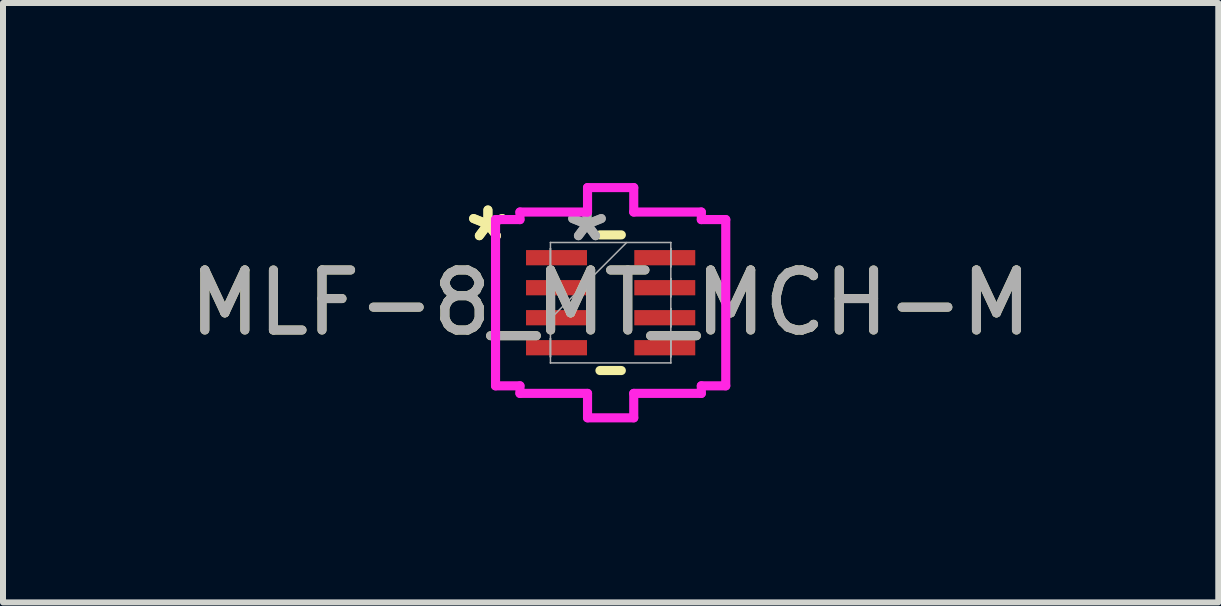
<source format=kicad_pcb>
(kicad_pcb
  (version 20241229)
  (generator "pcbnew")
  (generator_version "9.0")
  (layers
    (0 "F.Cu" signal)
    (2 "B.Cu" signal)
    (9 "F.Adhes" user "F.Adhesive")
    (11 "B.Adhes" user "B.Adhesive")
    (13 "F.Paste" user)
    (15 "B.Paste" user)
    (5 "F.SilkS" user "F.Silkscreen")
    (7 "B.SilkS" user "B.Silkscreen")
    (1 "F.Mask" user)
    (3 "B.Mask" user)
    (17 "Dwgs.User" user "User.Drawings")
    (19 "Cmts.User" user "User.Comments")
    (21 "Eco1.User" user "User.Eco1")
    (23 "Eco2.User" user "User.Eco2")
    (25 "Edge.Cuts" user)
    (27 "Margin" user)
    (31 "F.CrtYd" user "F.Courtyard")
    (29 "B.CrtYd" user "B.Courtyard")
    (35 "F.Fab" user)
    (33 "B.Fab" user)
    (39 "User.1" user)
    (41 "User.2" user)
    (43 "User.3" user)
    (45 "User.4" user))
  (footprint "MLF-8_MT_MCH-M"
    (layer "F.Cu")
    (at 7.125 1.994)
    (property "Reference" "MLF-8_MT_MCH-M" (at 0 0 0) (unlocked yes) (layer "F.SilkS") (effects (font (size 1 1) (thickness 0.15))))
    (attr smd)
    (fp_line (start -0.178 1.13) (end 0.178 1.13) (stroke (width 0.152) (type solid)) (layer "F.SilkS"))
    (fp_line (start 0.178 -1.13) (end -0.178 -1.13) (stroke (width 0.152) (type solid)) (layer "F.SilkS"))
    (fp_line (start -1.918 -1.385) (end -1.511 -1.385) (stroke (width 0.152) (type solid)) (layer "F.CrtYd"))
    (fp_line (start -1.918 1.385) (end -1.918 -1.385) (stroke (width 0.152) (type solid)) (layer "F.CrtYd"))
    (fp_line (start -1.511 -1.511) (end -0.385 -1.511) (stroke (width 0.152) (type solid)) (layer "F.CrtYd"))
    (fp_line (start -1.511 -1.385) (end -1.511 -1.511) (stroke (width 0.152) (type solid)) (layer "F.CrtYd"))
    (fp_line (start -1.511 1.385) (end -1.918 1.385) (stroke (width 0.152) (type solid)) (layer "F.CrtYd"))
    (fp_line (start -1.511 1.511) (end -1.511 1.385) (stroke (width 0.152) (type solid)) (layer "F.CrtYd"))
    (fp_line (start -0.385 -1.918) (end 0.385 -1.918) (stroke (width 0.152) (type solid)) (layer "F.CrtYd"))
    (fp_line (start -0.385 -1.511) (end -0.385 -1.918) (stroke (width 0.152) (type solid)) (layer "F.CrtYd"))
    (fp_line (start -0.385 1.511) (end -1.511 1.511) (stroke (width 0.152) (type solid)) (layer "F.CrtYd"))
    (fp_line (start -0.385 1.918) (end -0.385 1.511) (stroke (width 0.152) (type solid)) (layer "F.CrtYd"))
    (fp_line (start 0.385 -1.918) (end 0.385 -1.511) (stroke (width 0.152) (type solid)) (layer "F.CrtYd"))
    (fp_line (start 0.385 -1.511) (end 1.511 -1.511) (stroke (width 0.152) (type solid)) (layer "F.CrtYd"))
    (fp_line (start 0.385 1.511) (end 0.385 1.918) (stroke (width 0.152) (type solid)) (layer "F.CrtYd"))
    (fp_line (start 0.385 1.918) (end -0.385 1.918) (stroke (width 0.152) (type solid)) (layer "F.CrtYd"))
    (fp_line (start 1.511 -1.511) (end 1.511 -1.385) (stroke (width 0.152) (type solid)) (layer "F.CrtYd"))
    (fp_line (start 1.511 -1.385) (end 1.918 -1.385) (stroke (width 0.152) (type solid)) (layer "F.CrtYd"))
    (fp_line (start 1.511 1.385) (end 1.511 1.511) (stroke (width 0.152) (type solid)) (layer "F.CrtYd"))
    (fp_line (start 1.511 1.511) (end 0.385 1.511) (stroke (width 0.152) (type solid)) (layer "F.CrtYd"))
    (fp_line (start 1.918 -1.385) (end 1.918 1.385) (stroke (width 0.152) (type solid)) (layer "F.CrtYd"))
    (fp_line (start 1.918 1.385) (end 1.511 1.385) (stroke (width 0.152) (type solid)) (layer "F.CrtYd"))
    (fp_line (start -1.003 -1.003) (end -1.003 -1.003) (stroke (width 0.025) (type solid)) (layer "F.Fab"))
    (fp_line (start -1.003 -1.003) (end -1.003 1.003) (stroke (width 0.025) (type solid)) (layer "F.Fab"))
    (fp_line (start -1.003 -0.902) (end -1.003 -0.902) (stroke (width 0.025) (type solid)) (layer "F.Fab"))
    (fp_line (start -1.003 -0.902) (end -1.003 -0.598) (stroke (width 0.025) (type solid)) (layer "F.Fab"))
    (fp_line (start -1.003 -0.598) (end -1.003 -0.902) (stroke (width 0.025) (type solid)) (layer "F.Fab"))
    (fp_line (start -1.003 -0.598) (end -1.003 -0.598) (stroke (width 0.025) (type solid)) (layer "F.Fab"))
    (fp_line (start -1.003 -0.402) (end -1.003 -0.402) (stroke (width 0.025) (type solid)) (layer "F.Fab"))
    (fp_line (start -1.003 -0.402) (end -1.003 -0.098) (stroke (width 0.025) (type solid)) (layer "F.Fab"))
    (fp_line (start -1.003 -0.098) (end -1.003 -0.402) (stroke (width 0.025) (type solid)) (layer "F.Fab"))
    (fp_line (start -1.003 -0.098) (end -1.003 -0.098) (stroke (width 0.025) (type solid)) (layer "F.Fab"))
    (fp_line (start -1.003 0.098) (end -1.003 0.098) (stroke (width 0.025) (type solid)) (layer "F.Fab"))
    (fp_line (start -1.003 0.098) (end -1.003 0.402) (stroke (width 0.025) (type solid)) (layer "F.Fab"))
    (fp_line (start -1.003 0.267) (end 0.267 -1.003) (stroke (width 0.025) (type solid)) (layer "F.Fab"))
    (fp_line (start -1.003 0.402) (end -1.003 0.098) (stroke (width 0.025) (type solid)) (layer "F.Fab"))
    (fp_line (start -1.003 0.402) (end -1.003 0.402) (stroke (width 0.025) (type solid)) (layer "F.Fab"))
    (fp_line (start -1.003 0.598) (end -1.003 0.598) (stroke (width 0.025) (type solid)) (layer "F.Fab"))
    (fp_line (start -1.003 0.598) (end -1.003 0.902) (stroke (width 0.025) (type solid)) (layer "F.Fab"))
    (fp_line (start -1.003 0.902) (end -1.003 0.598) (stroke (width 0.025) (type solid)) (layer "F.Fab"))
    (fp_line (start -1.003 0.902) (end -1.003 0.902) (stroke (width 0.025) (type solid)) (layer "F.Fab"))
    (fp_line (start -1.003 1.003) (end -1.003 1.003) (stroke (width 0.025) (type solid)) (layer "F.Fab"))
    (fp_line (start -1.003 1.003) (end 1.003 1.003) (stroke (width 0.025) (type solid)) (layer "F.Fab"))
    (fp_line (start 1.003 -1.003) (end -1.003 -1.003) (stroke (width 0.025) (type solid)) (layer "F.Fab"))
    (fp_line (start 1.003 -1.003) (end 1.003 -1.003) (stroke (width 0.025) (type solid)) (layer "F.Fab"))
    (fp_line (start 1.003 -0.902) (end 1.003 -0.902) (stroke (width 0.025) (type solid)) (layer "F.Fab"))
    (fp_line (start 1.003 -0.902) (end 1.003 -0.598) (stroke (width 0.025) (type solid)) (layer "F.Fab"))
    (fp_line (start 1.003 -0.598) (end 1.003 -0.902) (stroke (width 0.025) (type solid)) (layer "F.Fab"))
    (fp_line (start 1.003 -0.598) (end 1.003 -0.598) (stroke (width 0.025) (type solid)) (layer "F.Fab"))
    (fp_line (start 1.003 -0.402) (end 1.003 -0.402) (stroke (width 0.025) (type solid)) (layer "F.Fab"))
    (fp_line (start 1.003 -0.402) (end 1.003 -0.098) (stroke (width 0.025) (type solid)) (layer "F.Fab"))
    (fp_line (start 1.003 -0.098) (end 1.003 -0.402) (stroke (width 0.025) (type solid)) (layer "F.Fab"))
    (fp_line (start 1.003 -0.098) (end 1.003 -0.098) (stroke (width 0.025) (type solid)) (layer "F.Fab"))
    (fp_line (start 1.003 0.098) (end 1.003 0.098) (stroke (width 0.025) (type solid)) (layer "F.Fab"))
    (fp_line (start 1.003 0.098) (end 1.003 0.402) (stroke (width 0.025) (type solid)) (layer "F.Fab"))
    (fp_line (start 1.003 0.402) (end 1.003 0.098) (stroke (width 0.025) (type solid)) (layer "F.Fab"))
    (fp_line (start 1.003 0.402) (end 1.003 0.402) (stroke (width 0.025) (type solid)) (layer "F.Fab"))
    (fp_line (start 1.003 0.598) (end 1.003 0.598) (stroke (width 0.025) (type solid)) (layer "F.Fab"))
    (fp_line (start 1.003 0.598) (end 1.003 0.902) (stroke (width 0.025) (type solid)) (layer "F.Fab"))
    (fp_line (start 1.003 0.902) (end 1.003 0.598) (stroke (width 0.025) (type solid)) (layer "F.Fab"))
    (fp_line (start 1.003 0.902) (end 1.003 0.902) (stroke (width 0.025) (type solid)) (layer "F.Fab"))
    (fp_line (start 1.003 1.003) (end 1.003 -1.003) (stroke (width 0.025) (type solid)) (layer "F.Fab"))
    (fp_line (start 1.003 1.003) (end 1.003 1.003) (stroke (width 0.025) (type solid)) (layer "F.Fab"))
    (fp_text user "*" (at -2.045 -1 0) (layer "F.SilkS") (effects (font (size 1 1) (thickness 0.15))))
    (fp_text user "*" (at -2.045 -1 0) (unlocked yes) (layer "F.SilkS") (effects (font (size 1 1) (thickness 0.15))))
    (fp_text user "*" (at -0.394 -1 0) (unlocked yes) (layer "F.Fab") (effects (font (size 1 1) (thickness 0.15))))
    (fp_text user "${REFERENCE}" (at 0 0 0) (unlocked yes) (layer "F.Fab") (effects (font (size 1 1) (thickness 0.15))))
    (fp_text user "*" (at -0.394 -1 0) (layer "F.Fab") (effects (font (size 1 1) (thickness 0.15))))
    (pad "1" smd rect (at -0.902 -0.75 90) (size 0.254 1.016) (layers "F.Cu" "F.Mask" "F.Paste"))
    (pad "2" smd rect (at -0.902 -0.25 90) (size 0.254 1.016) (layers "F.Cu" "F.Mask" "F.Paste"))
    (pad "3" smd rect (at -0.902 0.25 90) (size 0.254 1.016) (layers "F.Cu" "F.Mask" "F.Paste"))
    (pad "4" smd rect (at -0.902 0.75 90) (size 0.254 1.016) (layers "F.Cu" "F.Mask" "F.Paste"))
    (pad "5" smd rect (at 0.902 0.75 90) (size 0.254 1.016) (layers "F.Cu" "F.Mask" "F.Paste"))
    (pad "6" smd rect (at 0.902 0.25 90) (size 0.254 1.016) (layers "F.Cu" "F.Mask" "F.Paste"))
    (pad "7" smd rect (at 0.902 -0.25 90) (size 0.254 1.016) (layers "F.Cu" "F.Mask" "F.Paste"))
    (pad "8" smd rect (at 0.902 -0.75 90) (size 0.254 1.016) (layers "F.Cu" "F.Mask" "F.Paste")))
  (gr_rect
    (start -3 -3)
    (end 17.25 6.988)
    (stroke (width 0.1) (type default))
    (fill no)
    (layer "Edge.Cuts")))
</source>
